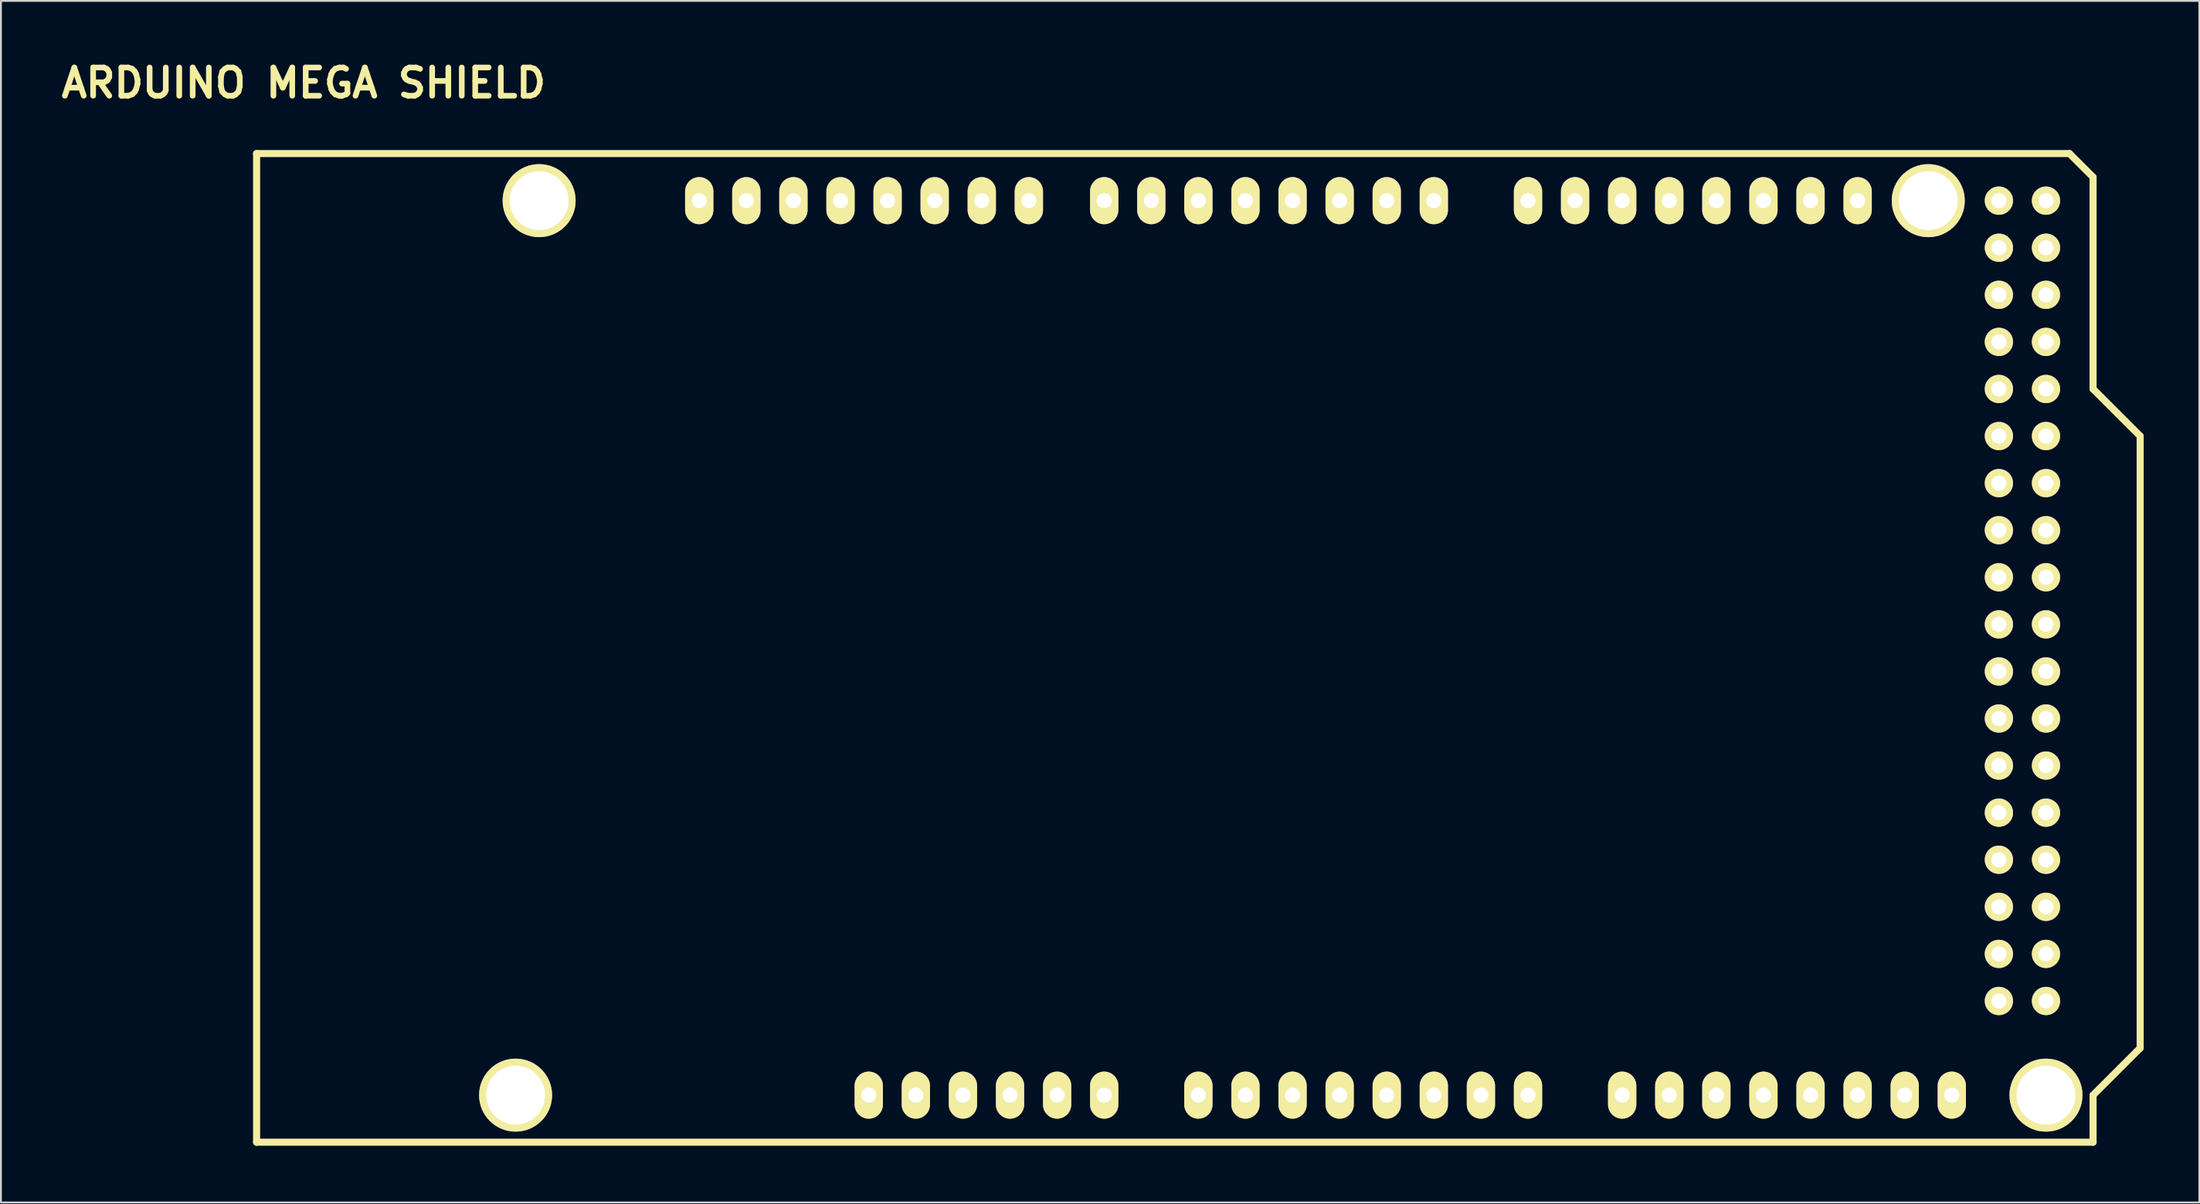
<source format=kicad_pcb>
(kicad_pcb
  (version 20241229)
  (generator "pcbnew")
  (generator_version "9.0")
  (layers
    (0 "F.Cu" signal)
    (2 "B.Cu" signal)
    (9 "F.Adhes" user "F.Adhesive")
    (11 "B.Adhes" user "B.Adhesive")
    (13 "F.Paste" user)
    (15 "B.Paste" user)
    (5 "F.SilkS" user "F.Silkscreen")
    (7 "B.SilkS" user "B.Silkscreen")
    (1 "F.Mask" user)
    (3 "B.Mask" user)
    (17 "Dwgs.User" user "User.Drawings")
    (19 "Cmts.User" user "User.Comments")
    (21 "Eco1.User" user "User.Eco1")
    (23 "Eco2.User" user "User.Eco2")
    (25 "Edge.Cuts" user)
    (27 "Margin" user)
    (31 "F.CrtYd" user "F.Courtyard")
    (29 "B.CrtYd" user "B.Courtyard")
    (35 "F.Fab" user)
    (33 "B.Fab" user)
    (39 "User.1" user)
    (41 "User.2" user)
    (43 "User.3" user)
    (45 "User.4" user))
  (footprint "ARDUINO MEGA SHIELD"
    (layer "F.Cu")
    (at 10.791 58.576)
    (property "Reference" "ARDUINO MEGA SHIELD" (at 2.54 -57.15 0) (layer "F.SilkS") (effects (font (size 1.524 1.524) (thickness 0.305))))
    (attr through_hole)
    (fp_line (start 0 0) (end 0 -53.34) (stroke (width 0.381) (type solid)) (layer "F.SilkS"))
    (fp_line (start 97.79 -53.34) (end 0 -53.34) (stroke (width 0.381) (type solid)) (layer "F.SilkS"))
    (fp_line (start 99.06 -52.07) (end 97.79 -53.34) (stroke (width 0.381) (type solid)) (layer "F.SilkS"))
    (fp_line (start 99.06 -40.64) (end 99.06 -52.07) (stroke (width 0.381) (type solid)) (layer "F.SilkS"))
    (fp_line (start 99.06 -40.64) (end 101.6 -38.1) (stroke (width 0.381) (type solid)) (layer "F.SilkS"))
    (fp_line (start 99.06 -2.54) (end 99.06 0) (stroke (width 0.381) (type solid)) (layer "F.SilkS"))
    (fp_line (start 99.06 0) (end 0 0) (stroke (width 0.381) (type solid)) (layer "F.SilkS"))
    (fp_line (start 101.6 -38.1) (end 101.6 -5.08) (stroke (width 0.381) (type solid)) (layer "F.SilkS"))
    (fp_line (start 101.6 -5.08) (end 99.06 -2.54) (stroke (width 0.381) (type solid)) (layer "F.SilkS"))
    (pad "" thru_hole circle (at 13.97 -2.54 90) (size 3.937 3.937) (drill 3.175) (layers "*.Cu" "*.Mask" "F.SilkS"))
    (pad "" thru_hole circle (at 15.24 -50.8 90) (size 3.937 3.937) (drill 3.175) (layers "*.Cu" "*.Mask" "F.SilkS"))
    (pad "" thru_hole circle (at 90.17 -50.8 90) (size 3.937 3.937) (drill 3.175) (layers "*.Cu" "*.Mask" "F.SilkS"))
    (pad "" thru_hole circle (at 96.52 -2.54 90) (size 3.937 3.937) (drill 3.175) (layers "*.Cu" "*.Mask" "F.SilkS"))
    (pad "0" thru_hole oval (at 63.5 -50.8 90) (size 2.54 1.524) (drill 0.813) (layers "*.Cu" "*.Mask" "F.SilkS"))
    (pad "1" thru_hole oval (at 60.96 -50.8 90) (size 2.54 1.524) (drill 0.813) (layers "*.Cu" "*.Mask" "F.SilkS"))
    (pad "2" thru_hole oval (at 58.42 -50.8 90) (size 2.54 1.524) (drill 0.813) (layers "*.Cu" "*.Mask" "F.SilkS"))
    (pad "3" thru_hole oval (at 55.88 -50.8 90) (size 2.54 1.524) (drill 0.813) (layers "*.Cu" "*.Mask" "F.SilkS"))
    (pad "3V3" thru_hole oval (at 35.56 -2.54 90) (size 2.54 1.524) (drill 0.813) (layers "*.Cu" "*.Mask" "F.SilkS"))
    (pad "4" thru_hole oval (at 53.34 -50.8 90) (size 2.54 1.524) (drill 0.813) (layers "*.Cu" "*.Mask" "F.SilkS"))
    (pad "5" thru_hole oval (at 50.8 -50.8 90) (size 2.54 1.524) (drill 0.813) (layers "*.Cu" "*.Mask" "F.SilkS"))
    (pad "5V" thru_hole oval (at 38.1 -2.54 90) (size 2.54 1.524) (drill 0.813) (layers "*.Cu" "*.Mask" "F.SilkS"))
    (pad "5V_4" thru_hole circle (at 93.98 -50.8) (size 1.524 1.524) (drill 0.813) (layers "*.Cu" "*.Mask" "F.SilkS"))
    (pad "5V_5" thru_hole circle (at 96.52 -50.8) (size 1.524 1.524) (drill 0.813) (layers "*.Cu" "*.Mask" "F.SilkS"))
    (pad "6" thru_hole oval (at 48.26 -50.8 90) (size 2.54 1.524) (drill 0.813) (layers "*.Cu" "*.Mask" "F.SilkS"))
    (pad "7" thru_hole oval (at 45.72 -50.8 90) (size 2.54 1.524) (drill 0.813) (layers "*.Cu" "*.Mask" "F.SilkS"))
    (pad "8" thru_hole oval (at 41.656 -50.8 90) (size 2.54 1.524) (drill 0.813) (layers "*.Cu" "*.Mask" "F.SilkS"))
    (pad "9" thru_hole oval (at 39.116 -50.8 90) (size 2.54 1.524) (drill 0.813) (layers "*.Cu" "*.Mask" "F.SilkS"))
    (pad "10" thru_hole oval (at 36.576 -50.8 90) (size 2.54 1.524) (drill 0.813) (layers "*.Cu" "*.Mask" "F.SilkS"))
    (pad "11" thru_hole oval (at 34.036 -50.8 90) (size 2.54 1.524) (drill 0.813) (layers "*.Cu" "*.Mask" "F.SilkS"))
    (pad "12" thru_hole oval (at 31.496 -50.8 90) (size 2.54 1.524) (drill 0.813) (layers "*.Cu" "*.Mask" "F.SilkS"))
    (pad "13" thru_hole oval (at 28.956 -50.8 90) (size 2.54 1.524) (drill 0.813) (layers "*.Cu" "*.Mask" "F.SilkS"))
    (pad "14" thru_hole oval (at 68.58 -50.8 90) (size 2.54 1.524) (drill 0.813) (layers "*.Cu" "*.Mask" "F.SilkS"))
    (pad "15" thru_hole oval (at 71.12 -50.8 90) (size 2.54 1.524) (drill 0.813) (layers "*.Cu" "*.Mask" "F.SilkS"))
    (pad "16" thru_hole oval (at 73.66 -50.8 90) (size 2.54 1.524) (drill 0.813) (layers "*.Cu" "*.Mask" "F.SilkS"))
    (pad "17" thru_hole oval (at 76.2 -50.8 90) (size 2.54 1.524) (drill 0.813) (layers "*.Cu" "*.Mask" "F.SilkS"))
    (pad "18" thru_hole oval (at 78.74 -50.8 90) (size 2.54 1.524) (drill 0.813) (layers "*.Cu" "*.Mask" "F.SilkS"))
    (pad "19" thru_hole oval (at 81.28 -50.8 90) (size 2.54 1.524) (drill 0.813) (layers "*.Cu" "*.Mask" "F.SilkS"))
    (pad "20" thru_hole oval (at 83.82 -50.8 90) (size 2.54 1.524) (drill 0.813) (layers "*.Cu" "*.Mask" "F.SilkS"))
    (pad "21" thru_hole oval (at 86.36 -50.8 90) (size 2.54 1.524) (drill 0.813) (layers "*.Cu" "*.Mask" "F.SilkS"))
    (pad "22" thru_hole circle (at 93.98 -48.26) (size 1.524 1.524) (drill 0.813) (layers "*.Cu" "*.Mask" "F.SilkS"))
    (pad "23" thru_hole circle (at 96.52 -48.26) (size 1.524 1.524) (drill 0.813) (layers "*.Cu" "*.Mask" "F.SilkS"))
    (pad "24" thru_hole circle (at 93.98 -45.72) (size 1.524 1.524) (drill 0.813) (layers "*.Cu" "*.Mask" "F.SilkS"))
    (pad "25" thru_hole circle (at 96.52 -45.72) (size 1.524 1.524) (drill 0.813) (layers "*.Cu" "*.Mask" "F.SilkS"))
    (pad "26" thru_hole circle (at 93.98 -43.18) (size 1.524 1.524) (drill 0.813) (layers "*.Cu" "*.Mask" "F.SilkS"))
    (pad "27" thru_hole circle (at 96.52 -43.18) (size 1.524 1.524) (drill 0.813) (layers "*.Cu" "*.Mask" "F.SilkS"))
    (pad "28" thru_hole circle (at 93.98 -40.64) (size 1.524 1.524) (drill 0.813) (layers "*.Cu" "*.Mask" "F.SilkS"))
    (pad "29" thru_hole circle (at 96.52 -40.64) (size 1.524 1.524) (drill 0.813) (layers "*.Cu" "*.Mask" "F.SilkS"))
    (pad "30" thru_hole circle (at 93.98 -38.1) (size 1.524 1.524) (drill 0.813) (layers "*.Cu" "*.Mask" "F.SilkS"))
    (pad "31" thru_hole circle (at 96.52 -38.1) (size 1.524 1.524) (drill 0.813) (layers "*.Cu" "*.Mask" "F.SilkS"))
    (pad "32" thru_hole circle (at 93.98 -35.56) (size 1.524 1.524) (drill 0.813) (layers "*.Cu" "*.Mask" "F.SilkS"))
    (pad "33" thru_hole circle (at 96.52 -35.56) (size 1.524 1.524) (drill 0.813) (layers "*.Cu" "*.Mask" "F.SilkS"))
    (pad "34" thru_hole circle (at 93.98 -33.02) (size 1.524 1.524) (drill 0.813) (layers "*.Cu" "*.Mask" "F.SilkS"))
    (pad "35" thru_hole circle (at 96.52 -33.02) (size 1.524 1.524) (drill 0.813) (layers "*.Cu" "*.Mask" "F.SilkS"))
    (pad "36" thru_hole circle (at 93.98 -30.48) (size 1.524 1.524) (drill 0.813) (layers "*.Cu" "*.Mask" "F.SilkS"))
    (pad "37" thru_hole circle (at 96.52 -30.48) (size 1.524 1.524) (drill 0.813) (layers "*.Cu" "*.Mask" "F.SilkS"))
    (pad "38" thru_hole circle (at 93.98 -27.94) (size 1.524 1.524) (drill 0.813) (layers "*.Cu" "*.Mask" "F.SilkS"))
    (pad "39" thru_hole circle (at 96.52 -27.94) (size 1.524 1.524) (drill 0.813) (layers "*.Cu" "*.Mask" "F.SilkS"))
    (pad "40" thru_hole circle (at 93.98 -25.4) (size 1.524 1.524) (drill 0.813) (layers "*.Cu" "*.Mask" "F.SilkS"))
    (pad "41" thru_hole circle (at 96.52 -25.4) (size 1.524 1.524) (drill 0.813) (layers "*.Cu" "*.Mask" "F.SilkS"))
    (pad "42" thru_hole circle (at 93.98 -22.86) (size 1.524 1.524) (drill 0.813) (layers "*.Cu" "*.Mask" "F.SilkS"))
    (pad "43" thru_hole circle (at 96.52 -22.86) (size 1.524 1.524) (drill 0.813) (layers "*.Cu" "*.Mask" "F.SilkS"))
    (pad "44" thru_hole circle (at 93.98 -20.32) (size 1.524 1.524) (drill 0.813) (layers "*.Cu" "*.Mask" "F.SilkS"))
    (pad "45" thru_hole circle (at 96.52 -20.32) (size 1.524 1.524) (drill 0.813) (layers "*.Cu" "*.Mask" "F.SilkS"))
    (pad "46" thru_hole circle (at 93.98 -17.78) (size 1.524 1.524) (drill 0.813) (layers "*.Cu" "*.Mask" "F.SilkS"))
    (pad "47" thru_hole circle (at 96.52 -17.78) (size 1.524 1.524) (drill 0.813) (layers "*.Cu" "*.Mask" "F.SilkS"))
    (pad "48" thru_hole circle (at 93.98 -15.24) (size 1.524 1.524) (drill 0.813) (layers "*.Cu" "*.Mask" "F.SilkS"))
    (pad "49" thru_hole circle (at 96.52 -15.24) (size 1.524 1.524) (drill 0.813) (layers "*.Cu" "*.Mask" "F.SilkS"))
    (pad "50" thru_hole circle (at 93.98 -12.7) (size 1.524 1.524) (drill 0.813) (layers "*.Cu" "*.Mask" "F.SilkS"))
    (pad "51" thru_hole circle (at 96.52 -12.7) (size 1.524 1.524) (drill 0.813) (layers "*.Cu" "*.Mask" "F.SilkS"))
    (pad "52" thru_hole circle (at 93.98 -10.16) (size 1.524 1.524) (drill 0.813) (layers "*.Cu" "*.Mask" "F.SilkS"))
    (pad "53" thru_hole circle (at 96.52 -10.16) (size 1.524 1.524) (drill 0.813) (layers "*.Cu" "*.Mask" "F.SilkS"))
    (pad "AD0" thru_hole oval (at 50.8 -2.54 90) (size 2.54 1.524) (drill 0.813) (layers "*.Cu" "*.Mask" "F.SilkS"))
    (pad "AD1" thru_hole oval (at 53.34 -2.54 90) (size 2.54 1.524) (drill 0.813) (layers "*.Cu" "*.Mask" "F.SilkS"))
    (pad "AD2" thru_hole oval (at 55.88 -2.54 90) (size 2.54 1.524) (drill 0.813) (layers "*.Cu" "*.Mask" "F.SilkS"))
    (pad "AD3" thru_hole oval (at 58.42 -2.54 90) (size 2.54 1.524) (drill 0.813) (layers "*.Cu" "*.Mask" "F.SilkS"))
    (pad "AD4" thru_hole oval (at 60.96 -2.54 90) (size 2.54 1.524) (drill 0.813) (layers "*.Cu" "*.Mask" "F.SilkS"))
    (pad "AD5" thru_hole oval (at 63.5 -2.54 90) (size 2.54 1.524) (drill 0.813) (layers "*.Cu" "*.Mask" "F.SilkS"))
    (pad "AD6" thru_hole oval (at 66.04 -2.54 90) (size 2.54 1.524) (drill 0.813) (layers "*.Cu" "*.Mask" "F.SilkS"))
    (pad "AD7" thru_hole oval (at 68.58 -2.54 90) (size 2.54 1.524) (drill 0.813) (layers "*.Cu" "*.Mask" "F.SilkS"))
    (pad "AD8" thru_hole oval (at 73.66 -2.54 90) (size 2.54 1.524) (drill 0.813) (layers "*.Cu" "*.Mask" "F.SilkS"))
    (pad "AD9" thru_hole oval (at 76.2 -2.54 90) (size 2.54 1.524) (drill 0.813) (layers "*.Cu" "*.Mask" "F.SilkS"))
    (pad "AD10" thru_hole oval (at 78.74 -2.54 90) (size 2.54 1.524) (drill 0.813) (layers "*.Cu" "*.Mask" "F.SilkS"))
    (pad "AD11" thru_hole oval (at 81.28 -2.54 90) (size 2.54 1.524) (drill 0.813) (layers "*.Cu" "*.Mask" "F.SilkS"))
    (pad "AD12" thru_hole oval (at 83.82 -2.54 90) (size 2.54 1.524) (drill 0.813) (layers "*.Cu" "*.Mask" "F.SilkS"))
    (pad "AD13" thru_hole oval (at 86.36 -2.54 90) (size 2.54 1.524) (drill 0.813) (layers "*.Cu" "*.Mask" "F.SilkS"))
    (pad "AD14" thru_hole oval (at 88.9 -2.54 90) (size 2.54 1.524) (drill 0.813) (layers "*.Cu" "*.Mask" "F.SilkS"))
    (pad "AD15" thru_hole oval (at 91.44 -2.54 90) (size 2.54 1.524) (drill 0.813) (layers "*.Cu" "*.Mask" "F.SilkS"))
    (pad "AREF" thru_hole oval (at 23.876 -50.8 90) (size 2.54 1.524) (drill 0.813) (layers "*.Cu" "*.Mask" "F.SilkS"))
    (pad "GND1" thru_hole oval (at 40.64 -2.54 90) (size 2.54 1.524) (drill 0.813) (layers "*.Cu" "*.Mask" "F.SilkS"))
    (pad "GND2" thru_hole oval (at 43.18 -2.54 90) (size 2.54 1.524) (drill 0.813) (layers "*.Cu" "*.Mask" "F.SilkS"))
    (pad "GND3" thru_hole oval (at 26.416 -50.8 90) (size 2.54 1.524) (drill 0.813) (layers "*.Cu" "*.Mask" "F.SilkS"))
    (pad "GND4" thru_hole circle (at 93.98 -7.62) (size 1.524 1.524) (drill 0.813) (layers "*.Cu" "*.Mask" "F.SilkS"))
    (pad "GND5" thru_hole circle (at 96.52 -7.62) (size 1.524 1.524) (drill 0.813) (layers "*.Cu" "*.Mask" "F.SilkS"))
    (pad "RST" thru_hole oval (at 33.02 -2.54 90) (size 2.54 1.524) (drill 0.813) (layers "*.Cu" "*.Mask" "F.SilkS"))
    (pad "V_IN" thru_hole oval (at 45.72 -2.54 90) (size 2.54 1.524) (drill 0.813) (layers "*.Cu" "*.Mask" "F.SilkS")))
  (gr_rect
    (start -3 -3)
    (end 115.582 61.826)
    (stroke (width 0.1) (type default))
    (fill no)
    (layer "Edge.Cuts")))
</source>
